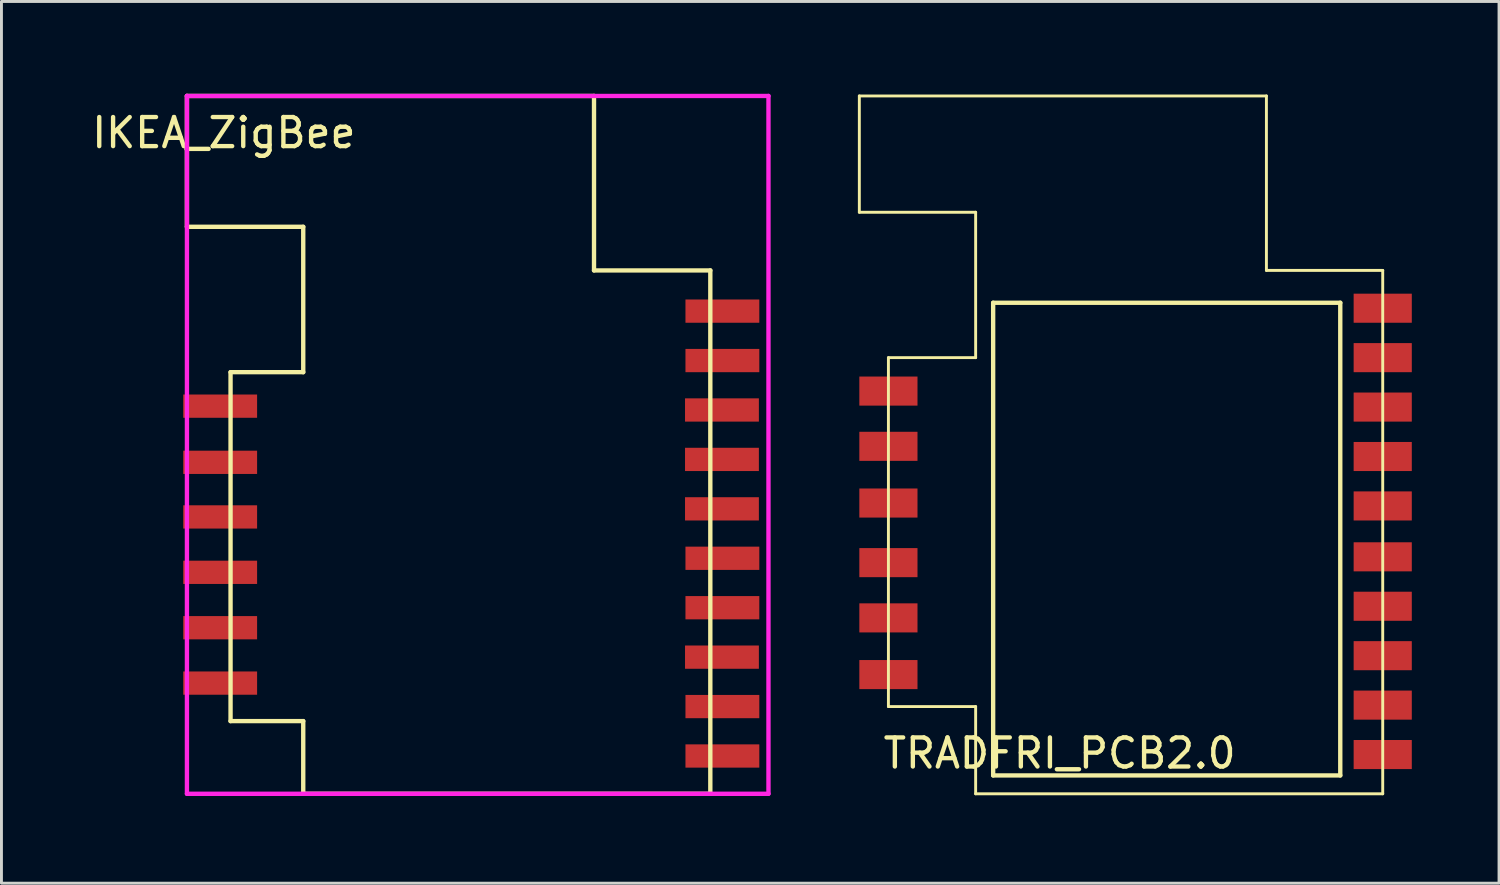
<source format=kicad_pcb>
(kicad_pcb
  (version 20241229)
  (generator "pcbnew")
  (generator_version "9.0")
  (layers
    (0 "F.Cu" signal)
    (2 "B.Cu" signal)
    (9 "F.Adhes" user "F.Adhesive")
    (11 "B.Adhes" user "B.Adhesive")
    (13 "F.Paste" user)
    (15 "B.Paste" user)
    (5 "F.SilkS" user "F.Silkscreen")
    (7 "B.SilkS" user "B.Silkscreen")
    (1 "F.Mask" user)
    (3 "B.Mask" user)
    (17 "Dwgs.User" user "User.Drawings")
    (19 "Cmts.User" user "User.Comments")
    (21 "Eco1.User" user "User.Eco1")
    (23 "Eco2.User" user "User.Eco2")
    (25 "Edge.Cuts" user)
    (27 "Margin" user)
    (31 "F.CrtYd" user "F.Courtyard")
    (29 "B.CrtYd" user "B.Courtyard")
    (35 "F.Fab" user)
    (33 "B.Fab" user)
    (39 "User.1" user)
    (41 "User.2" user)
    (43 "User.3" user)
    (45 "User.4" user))
  (footprint "IKEA_ZigBee"
    (layer "F.Cu")
    (at 3.379 0.25)
    (property "Reference" "IKEA_ZigBee" (at 1.27 1.27 0) (layer "F.SilkS") (effects (font (size 1 1) (thickness 0.15))))
    (attr through_hole)
    (fp_line (start 0 0) (end 0 4.5) (stroke (width 0.15) (type solid)) (layer "F.SilkS"))
    (fp_line (start 0 0) (end 14 0) (stroke (width 0.15) (type solid)) (layer "F.SilkS"))
    (fp_line (start 0 4.5) (end 4 4.5) (stroke (width 0.15) (type solid)) (layer "F.SilkS"))
    (fp_line (start 1.5 21.5) (end 1.5 9.5) (stroke (width 0.15) (type solid)) (layer "F.SilkS"))
    (fp_line (start 1.5 21.5) (end 4 21.5) (stroke (width 0.15) (type solid)) (layer "F.SilkS"))
    (fp_line (start 4 4.5) (end 4 9.5) (stroke (width 0.15) (type solid)) (layer "F.SilkS"))
    (fp_line (start 4 9.5) (end 1.5 9.5) (stroke (width 0.15) (type solid)) (layer "F.SilkS"))
    (fp_line (start 4 24) (end 4 21.5) (stroke (width 0.15) (type solid)) (layer "F.SilkS"))
    (fp_line (start 4 24) (end 18 24) (stroke (width 0.15) (type solid)) (layer "F.SilkS"))
    (fp_line (start 14 0) (end 14 6) (stroke (width 0.15) (type solid)) (layer "F.SilkS"))
    (fp_line (start 14 6) (end 18 6) (stroke (width 0.15) (type solid)) (layer "F.SilkS"))
    (fp_line (start 18 6) (end 18 24) (stroke (width 0.15) (type solid)) (layer "F.SilkS"))
    (fp_line (start 0 0) (end 20 0) (stroke (width 0.15) (type solid)) (layer "F.CrtYd"))
    (fp_line (start 0 24) (end 0 0) (stroke (width 0.15) (type solid)) (layer "F.CrtYd"))
    (fp_line (start 20 0) (end 20 24) (stroke (width 0.15) (type solid)) (layer "F.CrtYd"))
    (fp_line (start 20 24) (end 0 24) (stroke (width 0.15) (type solid)) (layer "F.CrtYd"))
    (pad "1" smd rect (at 1.143 10.668) (size 2.54 0.8) (layers "F.Cu" "F.Mask" "F.Paste"))
    (pad "2" smd rect (at 1.143 12.6) (size 2.54 0.8) (layers "F.Cu" "F.Mask" "F.Paste"))
    (pad "3" smd rect (at 1.143 14.478) (size 2.54 0.8) (layers "F.Cu" "F.Mask" "F.Paste"))
    (pad "4" smd rect (at 1.143 16.383) (size 2.54 0.8) (layers "F.Cu" "F.Mask" "F.Paste"))
    (pad "5" smd rect (at 1.143 18.288) (size 2.54 0.8) (layers "F.Cu" "F.Mask" "F.Paste"))
    (pad "6" smd rect (at 1.143 20.193) (size 2.54 0.8) (layers "F.Cu" "F.Mask" "F.Paste"))
    (pad "7" smd rect (at 18.415 7.4) (size 2.54 0.8) (layers "F.Cu" "F.Mask" "F.Paste"))
    (pad "8" smd rect (at 18.415 9.1) (size 2.54 0.8) (layers "F.Cu" "F.Mask" "F.Paste"))
    (pad "9" smd rect (at 18.4 10.8) (size 2.54 0.8) (layers "F.Cu" "F.Mask" "F.Paste"))
    (pad "10" smd rect (at 18.4 12.5) (size 2.54 0.8) (layers "F.Cu" "F.Mask" "F.Paste"))
    (pad "11" smd rect (at 18.4 14.2) (size 2.54 0.8) (layers "F.Cu" "F.Mask" "F.Paste"))
    (pad "12" smd rect (at 18.415 15.9) (size 2.54 0.8) (layers "F.Cu" "F.Mask" "F.Paste"))
    (pad "13" smd rect (at 18.415 17.6) (size 2.54 0.8) (layers "F.Cu" "F.Mask" "F.Paste"))
    (pad "14" smd rect (at 18.4 19.3) (size 2.54 0.8) (layers "F.Cu" "F.Mask" "F.Paste"))
    (pad "15" smd rect (at 18.415 21) (size 2.54 0.8) (layers "F.Cu" "F.Mask" "F.Paste"))
    (pad "16" smd rect (at 18.415 22.7) (size 2.54 0.8) (layers "F.Cu" "F.Mask" "F.Paste")))
  (footprint "TRADFRI_PCB2.0"
    (layer "F.Cu")
    (at 40.504 0.25)
    (property "Reference" "TRADFRI_PCB2.0" (at -7.112 22.606 0) (layer "F.SilkS") (effects (font (size 1 1) (thickness 0.15))))
    (attr through_hole)
    (fp_line (start -14 0) (end 0 0) (stroke (width 0.1) (type solid)) (layer "F.SilkS"))
    (fp_line (start -14 4) (end -14 0) (stroke (width 0.1) (type solid)) (layer "F.SilkS"))
    (fp_line (start -13 9) (end -10 9) (stroke (width 0.1) (type solid)) (layer "F.SilkS"))
    (fp_line (start -13 21) (end -13 9) (stroke (width 0.1) (type solid)) (layer "F.SilkS"))
    (fp_line (start -10 4) (end -14 4) (stroke (width 0.1) (type solid)) (layer "F.SilkS"))
    (fp_line (start -10 9) (end -10 4) (stroke (width 0.1) (type solid)) (layer "F.SilkS"))
    (fp_line (start -10 21) (end -13 21) (stroke (width 0.1) (type solid)) (layer "F.SilkS"))
    (fp_line (start -10 24) (end -10 21) (stroke (width 0.1) (type solid)) (layer "F.SilkS"))
    (fp_line (start -9.398 7.112) (end 2.54 7.112) (stroke (width 0.15) (type solid)) (layer "F.SilkS"))
    (fp_line (start -9.398 23.368) (end -9.398 7.112) (stroke (width 0.15) (type solid)) (layer "F.SilkS"))
    (fp_line (start 0 0) (end 0 6) (stroke (width 0.1) (type solid)) (layer "F.SilkS"))
    (fp_line (start 0 6) (end 4 6) (stroke (width 0.1) (type solid)) (layer "F.SilkS"))
    (fp_line (start 2.54 7.112) (end 2.54 23.368) (stroke (width 0.15) (type solid)) (layer "F.SilkS"))
    (fp_line (start 2.54 23.368) (end -9.398 23.368) (stroke (width 0.15) (type solid)) (layer "F.SilkS"))
    (fp_line (start 4 6) (end 4 24) (stroke (width 0.1) (type solid)) (layer "F.SilkS"))
    (fp_line (start 4 24) (end -10 24) (stroke (width 0.1) (type solid)) (layer "F.SilkS"))
    (pad "1" smd rect (at -13 10.15) (size 2 1) (layers "F.Cu" "F.Mask" "F.Paste"))
    (pad "2" smd rect (at -13 12.05) (size 2 1) (layers "F.Cu" "F.Mask" "F.Paste"))
    (pad "3" smd rect (at -13 14) (size 2 1) (layers "F.Cu" "F.Mask" "F.Paste"))
    (pad "4" smd rect (at -13 16.05) (size 2 1) (layers "F.Cu" "F.Mask" "F.Paste"))
    (pad "5" smd rect (at -13 17.95) (size 2 1) (layers "F.Cu" "F.Mask" "F.Paste"))
    (pad "6" smd rect (at -13 19.9) (size 2 1) (layers "F.Cu" "F.Mask" "F.Paste"))
    (pad "7" smd rect (at 4 22.65) (size 2 1) (layers "F.Cu" "F.Mask" "F.Paste"))
    (pad "8" smd rect (at 4 20.95) (size 2 1) (layers "F.Cu" "F.Mask" "F.Paste"))
    (pad "9" smd rect (at 4 19.25) (size 2 1) (layers "F.Cu" "F.Mask" "F.Paste"))
    (pad "10" smd rect (at 4 17.55) (size 2 1) (layers "F.Cu" "F.Mask" "F.Paste"))
    (pad "11" smd rect (at 4 15.85) (size 2 1) (layers "F.Cu" "F.Mask" "F.Paste"))
    (pad "12" smd rect (at 4 14.1) (size 2 1) (layers "F.Cu" "F.Mask" "F.Paste"))
    (pad "13" smd rect (at 4 12.4) (size 2 1) (layers "F.Cu" "F.Mask" "F.Paste"))
    (pad "14" smd rect (at 4 10.7) (size 2 1) (layers "F.Cu" "F.Mask" "F.Paste"))
    (pad "15" smd rect (at 4 9) (size 2 1) (layers "F.Cu" "F.Mask" "F.Paste"))
    (pad "16" smd rect (at 4 7.3) (size 2 1) (layers "F.Cu" "F.Mask" "F.Paste")))
  (gr_rect
    (start -3 -3)
    (end 48.504 27.325)
    (stroke (width 0.1) (type default))
    (fill no)
    (layer "Edge.Cuts")))
</source>
